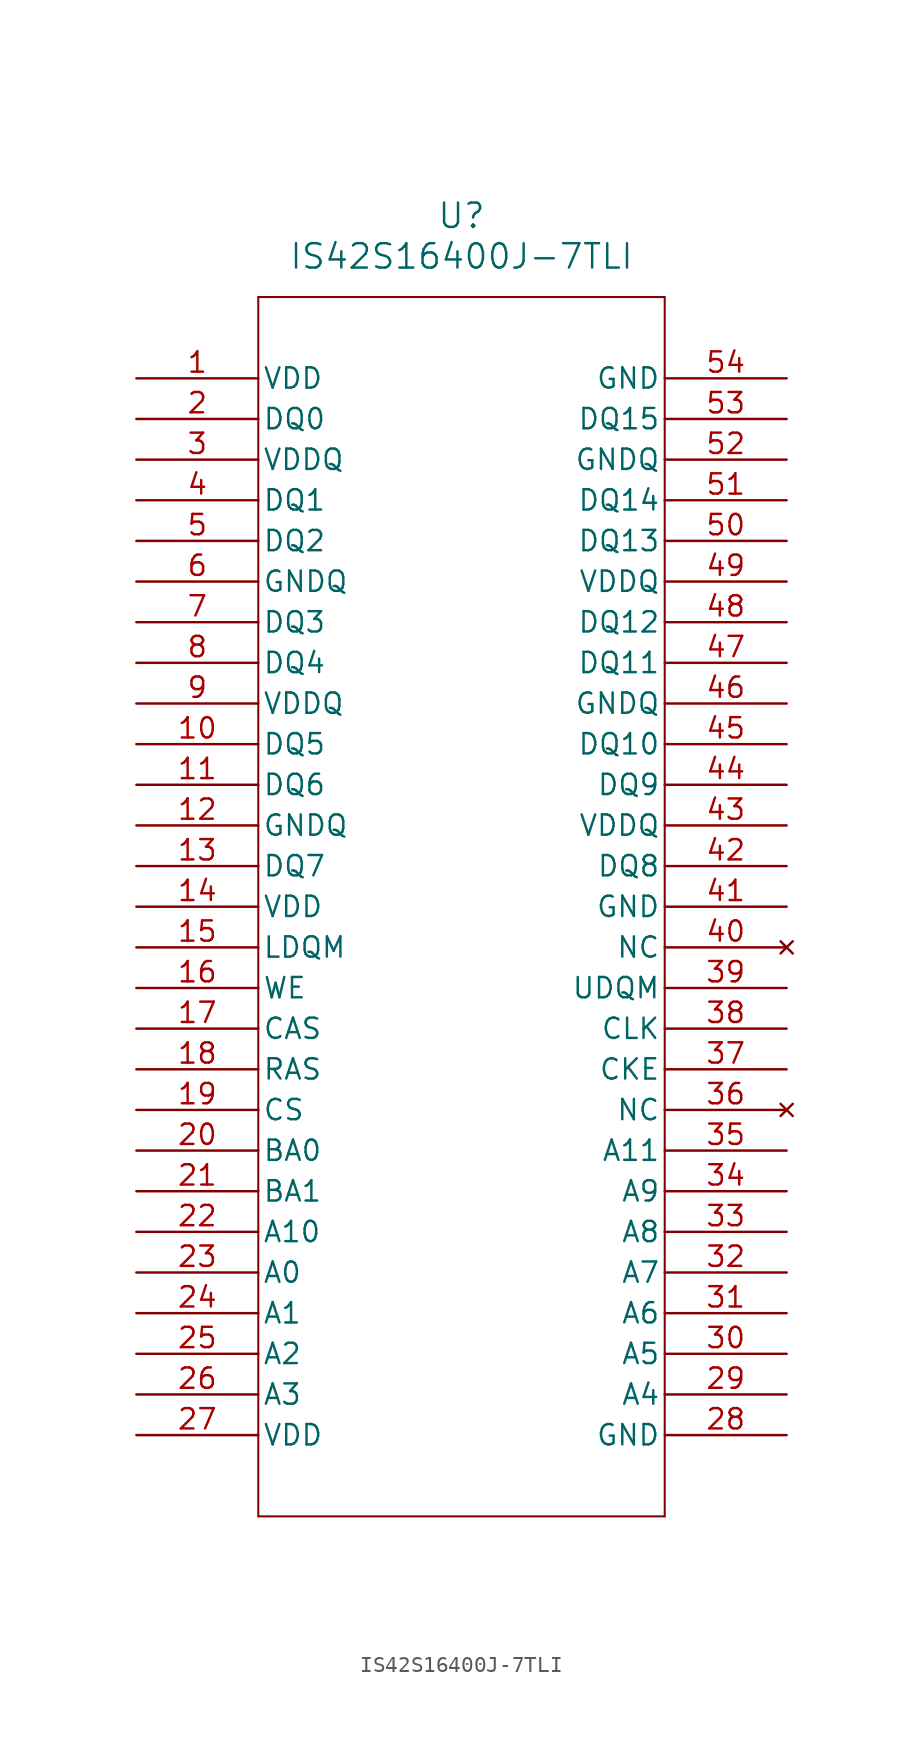
<source format=kicad_sym>
(kicad_symbol_lib
  (version 20211014)
  (generator kicad_symbol_editor)
  (symbol "IS42S16400J-7TLI"
    (pin_names
      (offset 0.254))
    (property "Reference" "U"
      (at 20.32 10.16 0)
      (effects (font (size 1.524 1.524))))
    (property "Value" "IS42S16400J-7TLI"
      (at 20.32 7.62 0)
      (effects (font (size 1.524 1.524))))
    (symbol "IS42S16400J-7TLI_0_1"
      (polyline (pts (xy 7.62 5.08) (xy 7.62 -71.12)) (stroke (width 0.127) (type default) (color 0 0 0 0)) (fill (type none)))
      (polyline (pts (xy 7.62 -71.12) (xy 33.02 -71.12)) (stroke (width 0.127) (type default) (color 0 0 0 0)) (fill (type none)))
      (polyline (pts (xy 33.02 -71.12) (xy 33.02 5.08)) (stroke (width 0.127) (type default) (color 0 0 0 0)) (fill (type none)))
      (polyline (pts (xy 33.02 5.08) (xy 7.62 5.08)) (stroke (width 0.127) (type default) (color 0 0 0 0)) (fill (type none)))
      (pin power_in line (at 0 0 0) (length 7.62) (name "VDD" (effects (font (size 1.27 1.27)))) (number "1" (effects (font (size 1.27 1.27)))))
      (pin bidirectional line (at 0 -2.54 0) (length 7.62) (name "DQ0" (effects (font (size 1.27 1.27)))) (number "2" (effects (font (size 1.27 1.27)))))
      (pin power_in line (at 0 -5.08 0) (length 7.62) (name "VDDQ" (effects (font (size 1.27 1.27)))) (number "3" (effects (font (size 1.27 1.27)))))
      (pin bidirectional line (at 0 -7.62 0) (length 7.62) (name "DQ1" (effects (font (size 1.27 1.27)))) (number "4" (effects (font (size 1.27 1.27)))))
      (pin bidirectional line (at 0 -10.16 0) (length 7.62) (name "DQ2" (effects (font (size 1.27 1.27)))) (number "5" (effects (font (size 1.27 1.27)))))
      (pin power_out line (at 0 -12.7 0) (length 7.62) (name "GNDQ" (effects (font (size 1.27 1.27)))) (number "6" (effects (font (size 1.27 1.27)))))
      (pin bidirectional line (at 0 -15.24 0) (length 7.62) (name "DQ3" (effects (font (size 1.27 1.27)))) (number "7" (effects (font (size 1.27 1.27)))))
      (pin bidirectional line (at 0 -17.78 0) (length 7.62) (name "DQ4" (effects (font (size 1.27 1.27)))) (number "8" (effects (font (size 1.27 1.27)))))
      (pin power_in line (at 0 -20.32 0) (length 7.62) (name "VDDQ" (effects (font (size 1.27 1.27)))) (number "9" (effects (font (size 1.27 1.27)))))
      (pin bidirectional line (at 0 -22.86 0) (length 7.62) (name "DQ5" (effects (font (size 1.27 1.27)))) (number "10" (effects (font (size 1.27 1.27)))))
      (pin bidirectional line (at 0 -25.4 0) (length 7.62) (name "DQ6" (effects (font (size 1.27 1.27)))) (number "11" (effects (font (size 1.27 1.27)))))
      (pin power_out line (at 0 -27.94 0) (length 7.62) (name "GNDQ" (effects (font (size 1.27 1.27)))) (number "12" (effects (font (size 1.27 1.27)))))
      (pin bidirectional line (at 0 -30.48 0) (length 7.62) (name "DQ7" (effects (font (size 1.27 1.27)))) (number "13" (effects (font (size 1.27 1.27)))))
      (pin power_in line (at 0 -33.02 0) (length 7.62) (name "VDD" (effects (font (size 1.27 1.27)))) (number "14" (effects (font (size 1.27 1.27)))))
      (pin bidirectional line (at 0 -35.56 0) (length 7.62) (name "LDQM" (effects (font (size 1.27 1.27)))) (number "15" (effects (font (size 1.27 1.27)))))
      (pin input line (at 0 -38.1 0) (length 7.62) (name "WE" (effects (font (size 1.27 1.27)))) (number "16" (effects (font (size 1.27 1.27)))))
      (pin input line (at 0 -40.64 0) (length 7.62) (name "CAS" (effects (font (size 1.27 1.27)))) (number "17" (effects (font (size 1.27 1.27)))))
      (pin input line (at 0 -43.18 0) (length 7.62) (name "RAS" (effects (font (size 1.27 1.27)))) (number "18" (effects (font (size 1.27 1.27)))))
      (pin input line (at 0 -45.72 0) (length 7.62) (name "CS" (effects (font (size 1.27 1.27)))) (number "19" (effects (font (size 1.27 1.27)))))
      (pin bidirectional line (at 0 -48.26 0) (length 7.62) (name "BA0" (effects (font (size 1.27 1.27)))) (number "20" (effects (font (size 1.27 1.27)))))
      (pin bidirectional line (at 0 -50.8 0) (length 7.62) (name "BA1" (effects (font (size 1.27 1.27)))) (number "21" (effects (font (size 1.27 1.27)))))
      (pin input line (at 0 -53.34 0) (length 7.62) (name "A10" (effects (font (size 1.27 1.27)))) (number "22" (effects (font (size 1.27 1.27)))))
      (pin input line (at 0 -55.88 0) (length 7.62) (name "A0" (effects (font (size 1.27 1.27)))) (number "23" (effects (font (size 1.27 1.27)))))
      (pin input line (at 0 -58.42 0) (length 7.62) (name "A1" (effects (font (size 1.27 1.27)))) (number "24" (effects (font (size 1.27 1.27)))))
      (pin input line (at 0 -60.96 0) (length 7.62) (name "A2" (effects (font (size 1.27 1.27)))) (number "25" (effects (font (size 1.27 1.27)))))
      (pin input line (at 0 -63.5 0) (length 7.62) (name "A3" (effects (font (size 1.27 1.27)))) (number "26" (effects (font (size 1.27 1.27)))))
      (pin power_in line (at 0 -66.04 0) (length 7.62) (name "VDD" (effects (font (size 1.27 1.27)))) (number "27" (effects (font (size 1.27 1.27)))))
      (pin power_out line (at 40.64 -66.04 180) (length 7.62) (name "GND" (effects (font (size 1.27 1.27)))) (number "28" (effects (font (size 1.27 1.27)))))
      (pin input line (at 40.64 -63.5 180) (length 7.62) (name "A4" (effects (font (size 1.27 1.27)))) (number "29" (effects (font (size 1.27 1.27)))))
      (pin input line (at 40.64 -60.96 180) (length 7.62) (name "A5" (effects (font (size 1.27 1.27)))) (number "30" (effects (font (size 1.27 1.27)))))
      (pin input line (at 40.64 -58.42 180) (length 7.62) (name "A6" (effects (font (size 1.27 1.27)))) (number "31" (effects (font (size 1.27 1.27)))))
      (pin input line (at 40.64 -55.88 180) (length 7.62) (name "A7" (effects (font (size 1.27 1.27)))) (number "32" (effects (font (size 1.27 1.27)))))
      (pin input line (at 40.64 -53.34 180) (length 7.62) (name "A8" (effects (font (size 1.27 1.27)))) (number "33" (effects (font (size 1.27 1.27)))))
      (pin input line (at 40.64 -50.8 180) (length 7.62) (name "A9" (effects (font (size 1.27 1.27)))) (number "34" (effects (font (size 1.27 1.27)))))
      (pin input line (at 40.64 -48.26 180) (length 7.62) (name "A11" (effects (font (size 1.27 1.27)))) (number "35" (effects (font (size 1.27 1.27)))))
      (pin no_connect line (at 40.64 -45.72 180) (length 7.62) (name "NC" (effects (font (size 1.27 1.27)))) (number "36" (effects (font (size 1.27 1.27)))))
      (pin unspecified line (at 40.64 -43.18 180) (length 7.62) (name "CKE" (effects (font (size 1.27 1.27)))) (number "37" (effects (font (size 1.27 1.27)))))
      (pin input line (at 40.64 -40.64 180) (length 7.62) (name "CLK" (effects (font (size 1.27 1.27)))) (number "38" (effects (font (size 1.27 1.27)))))
      (pin bidirectional line (at 40.64 -38.1 180) (length 7.62) (name "UDQM" (effects (font (size 1.27 1.27)))) (number "39" (effects (font (size 1.27 1.27)))))
      (pin no_connect line (at 40.64 -35.56 180) (length 7.62) (name "NC" (effects (font (size 1.27 1.27)))) (number "40" (effects (font (size 1.27 1.27)))))
      (pin power_out line (at 40.64 -33.02 180) (length 7.62) (name "GND" (effects (font (size 1.27 1.27)))) (number "41" (effects (font (size 1.27 1.27)))))
      (pin bidirectional line (at 40.64 -30.48 180) (length 7.62) (name "DQ8" (effects (font (size 1.27 1.27)))) (number "42" (effects (font (size 1.27 1.27)))))
      (pin power_in line (at 40.64 -27.94 180) (length 7.62) (name "VDDQ" (effects (font (size 1.27 1.27)))) (number "43" (effects (font (size 1.27 1.27)))))
      (pin bidirectional line (at 40.64 -25.4 180) (length 7.62) (name "DQ9" (effects (font (size 1.27 1.27)))) (number "44" (effects (font (size 1.27 1.27)))))
      (pin bidirectional line (at 40.64 -22.86 180) (length 7.62) (name "DQ10" (effects (font (size 1.27 1.27)))) (number "45" (effects (font (size 1.27 1.27)))))
      (pin power_out line (at 40.64 -20.32 180) (length 7.62) (name "GNDQ" (effects (font (size 1.27 1.27)))) (number "46" (effects (font (size 1.27 1.27)))))
      (pin bidirectional line (at 40.64 -17.78 180) (length 7.62) (name "DQ11" (effects (font (size 1.27 1.27)))) (number "47" (effects (font (size 1.27 1.27)))))
      (pin bidirectional line (at 40.64 -15.24 180) (length 7.62) (name "DQ12" (effects (font (size 1.27 1.27)))) (number "48" (effects (font (size 1.27 1.27)))))
      (pin power_in line (at 40.64 -12.7 180) (length 7.62) (name "VDDQ" (effects (font (size 1.27 1.27)))) (number "49" (effects (font (size 1.27 1.27)))))
      (pin bidirectional line (at 40.64 -10.16 180) (length 7.62) (name "DQ13" (effects (font (size 1.27 1.27)))) (number "50" (effects (font (size 1.27 1.27)))))
      (pin bidirectional line (at 40.64 -7.62 180) (length 7.62) (name "DQ14" (effects (font (size 1.27 1.27)))) (number "51" (effects (font (size 1.27 1.27)))))
      (pin power_out line (at 40.64 -5.08 180) (length 7.62) (name "GNDQ" (effects (font (size 1.27 1.27)))) (number "52" (effects (font (size 1.27 1.27)))))
      (pin bidirectional line (at 40.64 -2.54 180) (length 7.62) (name "DQ15" (effects (font (size 1.27 1.27)))) (number "53" (effects (font (size 1.27 1.27)))))
      (pin power_out line (at 40.64 0 180) (length 7.62) (name "GND" (effects (font (size 1.27 1.27)))) (number "54" (effects (font (size 1.27 1.27))))))))
</source>
